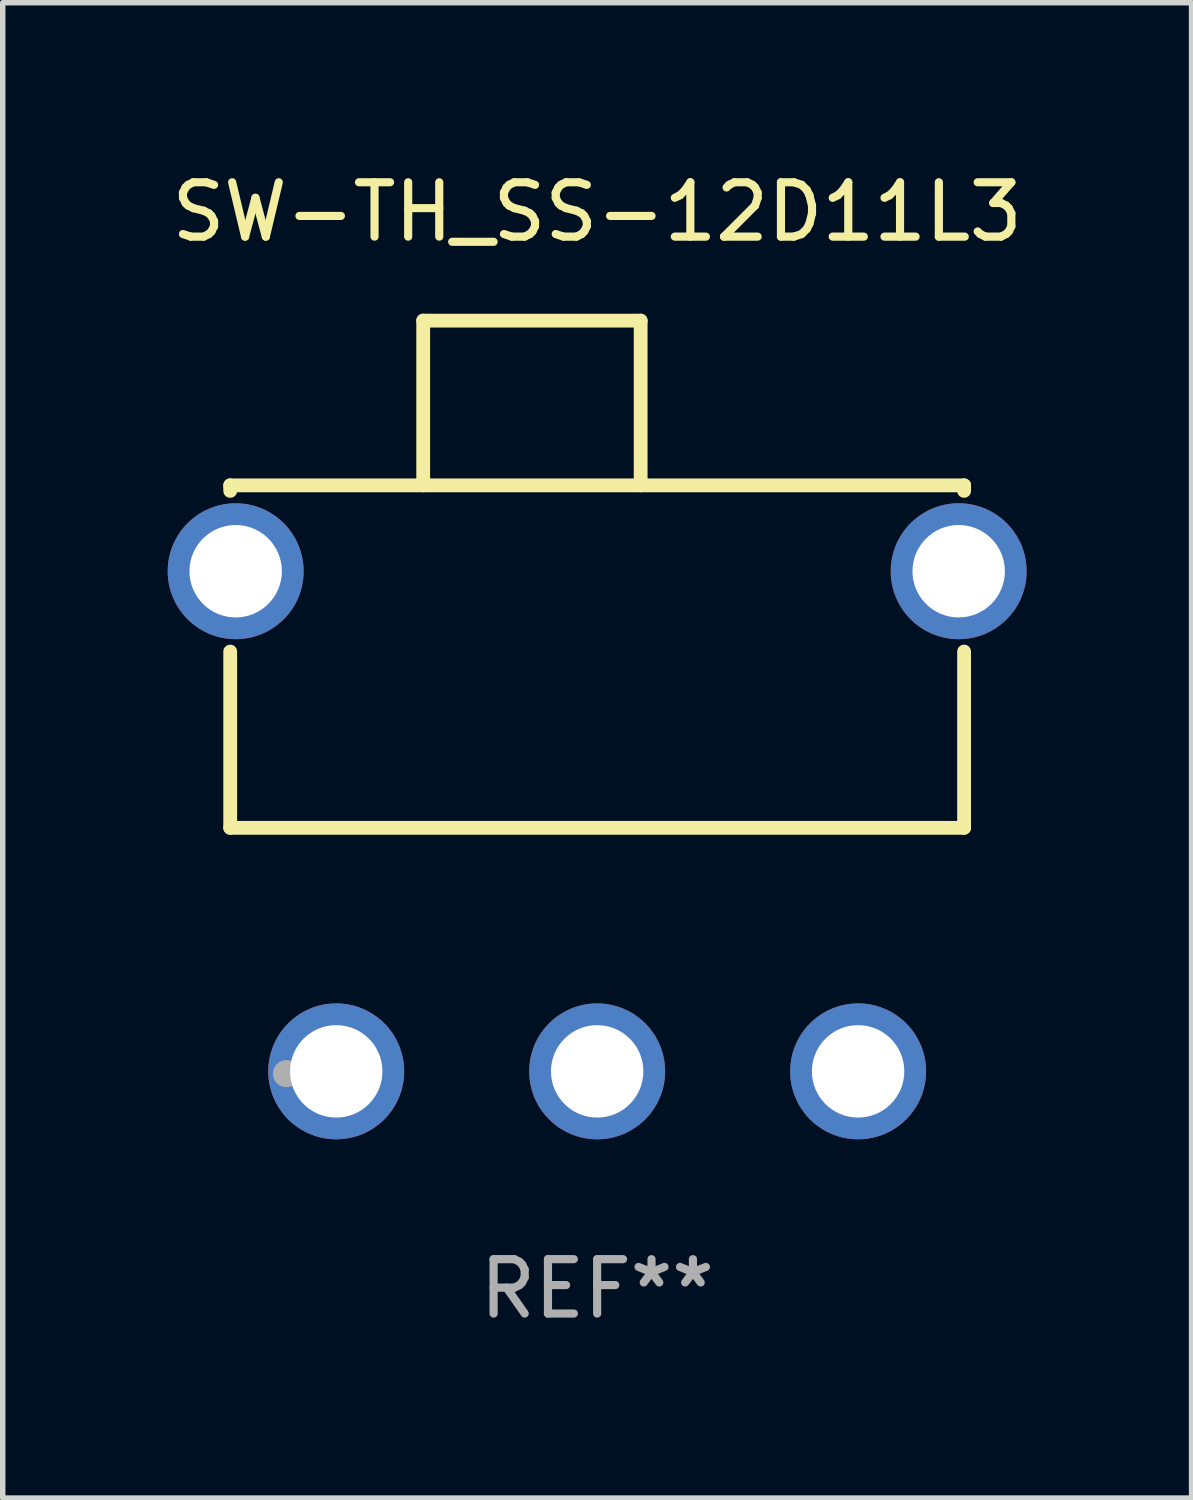
<source format=kicad_pcb>
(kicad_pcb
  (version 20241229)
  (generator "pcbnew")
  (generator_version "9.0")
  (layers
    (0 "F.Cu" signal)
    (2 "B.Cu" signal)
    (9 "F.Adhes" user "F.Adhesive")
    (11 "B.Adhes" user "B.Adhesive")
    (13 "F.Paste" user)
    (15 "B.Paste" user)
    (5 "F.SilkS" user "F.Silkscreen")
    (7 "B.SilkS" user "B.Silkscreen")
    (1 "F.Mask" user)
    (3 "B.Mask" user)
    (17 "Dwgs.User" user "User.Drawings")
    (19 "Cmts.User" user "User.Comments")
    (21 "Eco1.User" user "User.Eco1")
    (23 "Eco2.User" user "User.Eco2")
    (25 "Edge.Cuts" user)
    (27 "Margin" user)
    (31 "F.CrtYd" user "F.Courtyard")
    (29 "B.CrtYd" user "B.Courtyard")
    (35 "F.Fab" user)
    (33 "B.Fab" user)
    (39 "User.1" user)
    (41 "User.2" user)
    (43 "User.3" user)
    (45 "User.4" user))
  (footprint "SW-TH_SS-12D11L3"
    (layer "F.Cu")
    (at 7.935 12.058)
    (property "Reference" "SW-TH_SS-12D11L3" (at -0.000089 -11.21 0) (layer "F.SilkS") (effects (font (size 1 1) (thickness 0.15))))
    (attr through_hole)
    (fp_line (start -6.75 -6.18) (end 6.75 -6.18) (stroke (width 0.254) (type solid)) (layer "F.SilkS"))
    (fp_line (start -6.75 -6.078) (end -6.75 -6.18) (stroke (width 0.254) (type solid)) (layer "F.SilkS"))
    (fp_line (start -6.75 0.12) (end -6.75 -3.122) (stroke (width 0.254) (type solid)) (layer "F.SilkS"))
    (fp_line (start -3.2 -9.21) (end 0.8 -9.21) (stroke (width 0.254) (type solid)) (layer "F.SilkS"))
    (fp_line (start -3.2 -6.18) (end -3.2 -9.21) (stroke (width 0.254) (type solid)) (layer "F.SilkS"))
    (fp_line (start 0.8 -9.21) (end 0.8 -6.18) (stroke (width 0.254) (type solid)) (layer "F.SilkS"))
    (fp_line (start 6.75 -6.18) (end 6.75 -6.078) (stroke (width 0.254) (type solid)) (layer "F.SilkS"))
    (fp_line (start 6.75 -3.122) (end 6.75 0.12) (stroke (width 0.254) (type solid)) (layer "F.SilkS"))
    (fp_line (start 6.75 0.12) (end -6.75 0.12) (stroke (width 0.254) (type solid)) (layer "F.SilkS"))
    (fp_circle (center -5.715 4.642) (end -5.59 4.642) (stroke (width 0.25) (type solid)) (fill no) (layer "F.Fab"))
    (fp_text user "REF**" (at -0.000089 8.6 0) (layer "F.Fab") (effects (font (size 1 1) (thickness 0.15))))
    (pad "" thru_hole circle (at -6.65 -4.6) (size 2.5 2.5) (drill 1.7) (layers "*.Cu" "*.Mask"))
    (pad "" thru_hole circle (at 6.65 -4.6) (size 2.5 2.5) (drill 1.7) (layers "*.Cu" "*.Mask"))
    (pad "1" thru_hole circle (at -4.8 4.6) (size 2.5 2.5) (drill 1.7) (layers "*.Cu" "*.Mask"))
    (pad "2" thru_hole circle (at 0 4.6) (size 2.5 2.5) (drill 1.7) (layers "*.Cu" "*.Mask"))
    (pad "3" thru_hole circle (at 4.8 4.6) (size 2.5 2.5) (drill 1.7) (layers "*.Cu" "*.Mask")))
  (gr_rect
    (start -3 -3)
    (end 18.869 24.507)
    (stroke (width 0.1) (type default))
    (fill no)
    (layer "Edge.Cuts")))
</source>
